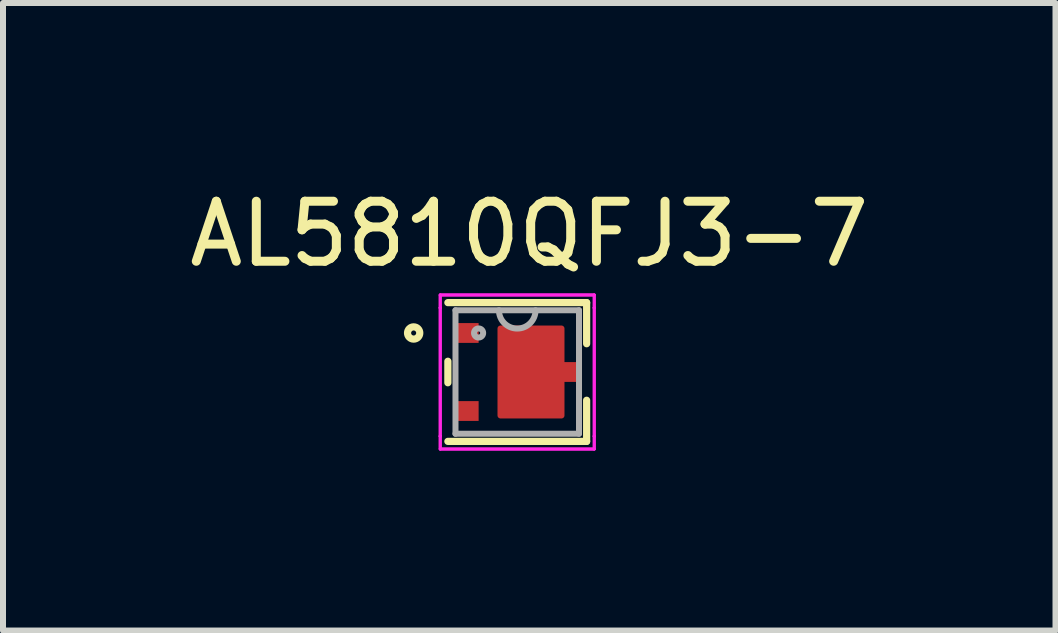
<source format=kicad_pcb>
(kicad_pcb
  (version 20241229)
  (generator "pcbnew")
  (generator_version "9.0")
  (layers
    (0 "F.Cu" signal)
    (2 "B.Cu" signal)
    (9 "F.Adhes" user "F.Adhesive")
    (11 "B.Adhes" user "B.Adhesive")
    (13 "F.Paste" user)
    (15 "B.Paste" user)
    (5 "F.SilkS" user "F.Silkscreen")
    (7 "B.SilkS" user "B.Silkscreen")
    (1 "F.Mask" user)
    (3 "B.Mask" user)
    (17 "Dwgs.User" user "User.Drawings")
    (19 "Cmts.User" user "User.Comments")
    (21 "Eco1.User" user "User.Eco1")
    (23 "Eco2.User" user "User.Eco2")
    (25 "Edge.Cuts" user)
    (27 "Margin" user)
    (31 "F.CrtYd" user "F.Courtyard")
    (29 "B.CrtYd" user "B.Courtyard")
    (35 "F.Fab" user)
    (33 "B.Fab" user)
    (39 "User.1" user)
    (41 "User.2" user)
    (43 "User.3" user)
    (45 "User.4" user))
  (footprint "AL5810QFJ3-7"
    (layer "F.Cu")
    (at 5.568 3.148)
    (property "Reference" "AL5810QFJ3-7" (at 0.2 -2.3 0) (layer "F.SilkS") (effects (font (size 1 1) (thickness 0.15))))
    (attr through_hole)
    (fp_poly (pts (xy 0.737 -0.724) (xy -0.279 -0.724) (xy -0.279 0.724) (xy 0.737 0.724)) (stroke (width 0.1) (type solid)) (fill yes) (layer "F.Cu"))
    (fp_poly (pts (xy 0.737 -0.724) (xy -0.279 -0.724) (xy -0.279 0.724) (xy 0.737 0.724)) (stroke (width 0.1) (type solid)) (fill yes) (layer "F.Mask"))
    (fp_line (start -1.156 -0.179) (end -1.156 0.179) (stroke (width 0.12) (type solid)) (layer "F.SilkS"))
    (fp_line (start -1.156 1.156) (end 1.156 1.156) (stroke (width 0.12) (type solid)) (layer "F.SilkS"))
    (fp_line (start 1.156 -1.156) (end -1.156 -1.156) (stroke (width 0.12) (type solid)) (layer "F.SilkS"))
    (fp_line (start 1.156 -0.471) (end 1.156 -1.156) (stroke (width 0.12) (type solid)) (layer "F.SilkS"))
    (fp_line (start 1.156 1.156) (end 1.156 0.471) (stroke (width 0.12) (type solid)) (layer "F.SilkS"))
    (fp_circle (center -1.726 -0.65) (end -1.624 -0.65) (stroke (width 0.12) (type solid)) (fill no) (layer "F.SilkS"))
    (fp_poly (pts (xy 0.737 -0.724) (xy -0.279 -0.724) (xy -0.279 0.724) (xy 0.737 0.724)) (stroke (width 0.1) (type solid)) (fill yes) (layer "F.Paste"))
    (fp_line (start -1.283 -1.283) (end 1.283 -1.283) (stroke (width 0.05) (type solid)) (layer "F.CrtYd"))
    (fp_line (start -1.283 -1.283) (end 1.283 -1.283) (stroke (width 0.05) (type solid)) (layer "F.CrtYd"))
    (fp_line (start -1.283 -1.069) (end -1.283 -1.283) (stroke (width 0.05) (type solid)) (layer "F.CrtYd"))
    (fp_line (start -1.283 -1.069) (end -1.283 -1.283) (stroke (width 0.05) (type solid)) (layer "F.CrtYd"))
    (fp_line (start -1.283 -1.069) (end -1.283 -1.069) (stroke (width 0.05) (type solid)) (layer "F.CrtYd"))
    (fp_line (start -1.283 -1.069) (end -1.283 -1.069) (stroke (width 0.05) (type solid)) (layer "F.CrtYd"))
    (fp_line (start -1.283 1.069) (end -1.283 -1.069) (stroke (width 0.05) (type solid)) (layer "F.CrtYd"))
    (fp_line (start -1.283 1.069) (end -1.283 -1.069) (stroke (width 0.05) (type solid)) (layer "F.CrtYd"))
    (fp_line (start -1.283 1.069) (end -1.283 1.069) (stroke (width 0.05) (type solid)) (layer "F.CrtYd"))
    (fp_line (start -1.283 1.069) (end -1.283 1.069) (stroke (width 0.05) (type solid)) (layer "F.CrtYd"))
    (fp_line (start -1.283 1.283) (end -1.283 1.069) (stroke (width 0.05) (type solid)) (layer "F.CrtYd"))
    (fp_line (start -1.283 1.283) (end -1.283 1.069) (stroke (width 0.05) (type solid)) (layer "F.CrtYd"))
    (fp_line (start 1.283 -1.283) (end 1.283 -1.069) (stroke (width 0.05) (type solid)) (layer "F.CrtYd"))
    (fp_line (start 1.283 -1.283) (end 1.283 -1.069) (stroke (width 0.05) (type solid)) (layer "F.CrtYd"))
    (fp_line (start 1.283 -1.069) (end 1.283 -1.069) (stroke (width 0.05) (type solid)) (layer "F.CrtYd"))
    (fp_line (start 1.283 -1.069) (end 1.283 -1.069) (stroke (width 0.05) (type solid)) (layer "F.CrtYd"))
    (fp_line (start 1.283 -1.069) (end 1.283 1.069) (stroke (width 0.05) (type solid)) (layer "F.CrtYd"))
    (fp_line (start 1.283 -1.069) (end 1.283 1.069) (stroke (width 0.05) (type solid)) (layer "F.CrtYd"))
    (fp_line (start 1.283 1.069) (end 1.283 1.069) (stroke (width 0.05) (type solid)) (layer "F.CrtYd"))
    (fp_line (start 1.283 1.069) (end 1.283 1.069) (stroke (width 0.05) (type solid)) (layer "F.CrtYd"))
    (fp_line (start 1.283 1.069) (end 1.283 1.283) (stroke (width 0.05) (type solid)) (layer "F.CrtYd"))
    (fp_line (start 1.283 1.069) (end 1.283 1.283) (stroke (width 0.05) (type solid)) (layer "F.CrtYd"))
    (fp_line (start 1.283 1.283) (end -1.283 1.283) (stroke (width 0.05) (type solid)) (layer "F.CrtYd"))
    (fp_line (start 1.283 1.283) (end -1.283 1.283) (stroke (width 0.05) (type solid)) (layer "F.CrtYd"))
    (fp_line (start -1.029 -1.029) (end -1.029 1.029) (stroke (width 0.1) (type solid)) (layer "F.Fab"))
    (fp_line (start -1.029 1.029) (end 1.029 1.029) (stroke (width 0.1) (type solid)) (layer "F.Fab"))
    (fp_line (start 1.029 -1.029) (end -1.029 -1.029) (stroke (width 0.1) (type solid)) (layer "F.Fab"))
    (fp_line (start 1.029 1.029) (end 1.029 -1.029) (stroke (width 0.1) (type solid)) (layer "F.Fab"))
    (fp_arc (start 0.3048 -1.0287) (mid 0 -0.7239) (end -0.3048 -1.0287) (stroke (width 0.1) (type solid)) (layer "F.Fab"))
    (fp_circle (center -0.644 -0.65) (end -0.568 -0.65) (stroke (width 0.1) (type solid)) (fill no) (layer "F.Fab"))
    (pad "1" smd rect (at -0.834 -0.65) (size 0.381 0.33) (layers "F.Cu" "F.Mask" "F.Paste"))
    (pad "2" smd rect (at -0.834 0.65) (size 0.381 0.33) (layers "F.Cu" "F.Mask" "F.Paste"))
    (pad "3" smd rect (at 0.834 0) (size 0.381 0.33) (layers "F.Cu" "F.Mask" "F.Paste")))
  (gr_rect
    (start -3 -3)
    (end 14.536 7.456)
    (stroke (width 0.1) (type default))
    (fill no)
    (layer "Edge.Cuts")))
</source>
